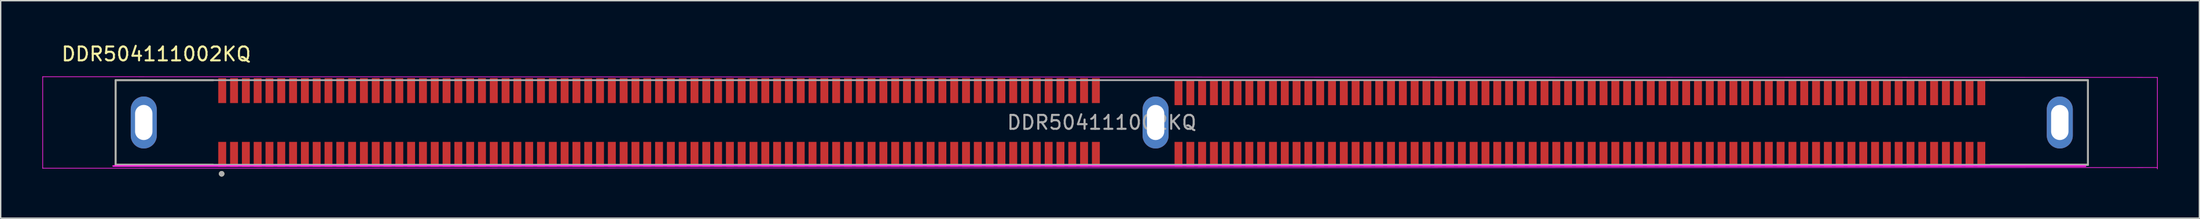
<source format=kicad_pcb>
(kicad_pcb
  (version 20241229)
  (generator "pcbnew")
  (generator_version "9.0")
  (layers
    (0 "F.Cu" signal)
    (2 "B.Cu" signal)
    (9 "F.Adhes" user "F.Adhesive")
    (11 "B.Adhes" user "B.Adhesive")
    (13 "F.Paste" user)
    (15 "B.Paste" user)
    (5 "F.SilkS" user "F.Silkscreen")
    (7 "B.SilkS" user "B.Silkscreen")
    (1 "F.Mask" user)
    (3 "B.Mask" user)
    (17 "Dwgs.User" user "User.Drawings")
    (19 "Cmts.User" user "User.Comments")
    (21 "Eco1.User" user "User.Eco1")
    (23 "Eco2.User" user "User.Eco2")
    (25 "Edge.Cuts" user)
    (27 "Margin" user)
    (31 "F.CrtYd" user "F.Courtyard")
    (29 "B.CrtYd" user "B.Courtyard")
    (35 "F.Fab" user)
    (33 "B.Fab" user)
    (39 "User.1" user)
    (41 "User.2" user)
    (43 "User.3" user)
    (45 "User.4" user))
  (footprint "DDR504111002KQ"
    (layer "F.Cu")
    (at 76.275 5.783)
    (property "Reference" "DDR504111002KQ" (at -68.075 -4.935 0) (layer "F.SilkS") (effects (font (size 1 1) (thickness 0.15))))
    (attr smd)
    (fp_line (start -71 -3.05) (end -63.975 -3.05) (stroke (width 0.127) (type solid)) (layer "F.SilkS"))
    (fp_line (start -71 3.05) (end -71 -3.05) (stroke (width 0.127) (type solid)) (layer "F.SilkS"))
    (fp_line (start -63.975 3.05) (end -71 3.05) (stroke (width 0.127) (type solid)) (layer "F.SilkS"))
    (fp_line (start 63.975 -3.05) (end 71 -3.05) (stroke (width 0.127) (type solid)) (layer "F.SilkS"))
    (fp_line (start 71 -3.05) (end 71 3.05) (stroke (width 0.127) (type solid)) (layer "F.SilkS"))
    (fp_line (start 71 3.05) (end 63.975 3.05) (stroke (width 0.127) (type solid)) (layer "F.SilkS"))
    (fp_circle (center -63.368 3.701) (end -63.268 3.701) (stroke (width 0.2) (type solid)) (fill no) (layer "F.SilkS"))
    (fp_line (start -76.25 -3.3) (end -76.25 3.3) (stroke (width 0.05) (type solid)) (layer "F.CrtYd"))
    (fp_line (start -76.25 3.3) (end 76 3.25) (stroke (width 0.05) (type solid)) (layer "F.CrtYd"))
    (fp_line (start -71.175 3.14) (end 70.825 3.14) (stroke (width 0.12) (type solid)) (layer "F.CrtYd"))
    (fp_line (start 76 -3.25) (end -76.25 -3.3) (stroke (width 0.05) (type solid)) (layer "F.CrtYd"))
    (fp_line (start 76 3.35) (end 76 -3.25) (stroke (width 0.05) (type solid)) (layer "F.CrtYd"))
    (fp_line (start -71 -3.05) (end 71 -3.05) (stroke (width 0.127) (type solid)) (layer "F.Fab"))
    (fp_line (start -71 3.05) (end -71 -3.05) (stroke (width 0.127) (type solid)) (layer "F.Fab"))
    (fp_line (start 71 -3.05) (end 71 3.05) (stroke (width 0.127) (type solid)) (layer "F.Fab"))
    (fp_line (start 71 3.05) (end -71 3.05) (stroke (width 0.127) (type solid)) (layer "F.Fab"))
    (fp_circle (center -63.368 3.701) (end -63.268 3.701) (stroke (width 0.2) (type solid)) (fill no) (layer "F.Fab"))
    (fp_text user "${REFERENCE}" (at 0 0 0) (layer "F.Fab") (effects (font (size 1 1) (thickness 0.15))))
    (pad "1" smd rect (at -63.325 2.3 90) (size 1.8 0.57) (layers "F.Cu" "F.Mask" "F.Paste"))
    (pad "2" smd rect (at -62.475 2.3 90) (size 1.8 0.57) (layers "F.Cu" "F.Mask" "F.Paste"))
    (pad "3" smd rect (at -61.625 2.3 90) (size 1.8 0.57) (layers "F.Cu" "F.Mask" "F.Paste"))
    (pad "4" smd rect (at -60.775 2.3 90) (size 1.8 0.57) (layers "F.Cu" "F.Mask" "F.Paste"))
    (pad "5" smd rect (at -59.925 2.3 90) (size 1.8 0.57) (layers "F.Cu" "F.Mask" "F.Paste"))
    (pad "6" smd rect (at -59.075 2.3 90) (size 1.8 0.57) (layers "F.Cu" "F.Mask" "F.Paste"))
    (pad "7" smd rect (at -58.225 2.3 90) (size 1.8 0.57) (layers "F.Cu" "F.Mask" "F.Paste"))
    (pad "8" smd rect (at -57.375 2.3 90) (size 1.8 0.57) (layers "F.Cu" "F.Mask" "F.Paste"))
    (pad "9" smd rect (at -56.525 2.3 90) (size 1.8 0.57) (layers "F.Cu" "F.Mask" "F.Paste"))
    (pad "10" smd rect (at -55.675 2.3 90) (size 1.8 0.57) (layers "F.Cu" "F.Mask" "F.Paste"))
    (pad "11" smd rect (at -54.825 2.3 90) (size 1.8 0.57) (layers "F.Cu" "F.Mask" "F.Paste"))
    (pad "12" smd rect (at -53.975 2.3 90) (size 1.8 0.57) (layers "F.Cu" "F.Mask" "F.Paste"))
    (pad "13" smd rect (at -53.125 2.3 90) (size 1.8 0.57) (layers "F.Cu" "F.Mask" "F.Paste"))
    (pad "14" smd rect (at -52.275 2.3 90) (size 1.8 0.57) (layers "F.Cu" "F.Mask" "F.Paste"))
    (pad "15" smd rect (at -51.425 2.3 90) (size 1.8 0.57) (layers "F.Cu" "F.Mask" "F.Paste"))
    (pad "16" smd rect (at -50.575 2.3 90) (size 1.8 0.57) (layers "F.Cu" "F.Mask" "F.Paste"))
    (pad "17" smd rect (at -49.725 2.3 90) (size 1.8 0.57) (layers "F.Cu" "F.Mask" "F.Paste"))
    (pad "18" smd rect (at -48.875 2.3 90) (size 1.8 0.57) (layers "F.Cu" "F.Mask" "F.Paste"))
    (pad "19" smd rect (at -48.025 2.3 90) (size 1.8 0.57) (layers "F.Cu" "F.Mask" "F.Paste"))
    (pad "20" smd rect (at -47.175 2.3 90) (size 1.8 0.57) (layers "F.Cu" "F.Mask" "F.Paste"))
    (pad "21" smd rect (at -46.325 2.3 90) (size 1.8 0.57) (layers "F.Cu" "F.Mask" "F.Paste"))
    (pad "22" smd rect (at -45.475 2.3 90) (size 1.8 0.57) (layers "F.Cu" "F.Mask" "F.Paste"))
    (pad "23" smd rect (at -44.625 2.3 90) (size 1.8 0.57) (layers "F.Cu" "F.Mask" "F.Paste"))
    (pad "24" smd rect (at -43.775 2.3 90) (size 1.8 0.57) (layers "F.Cu" "F.Mask" "F.Paste"))
    (pad "25" smd rect (at -42.925 2.3 90) (size 1.8 0.57) (layers "F.Cu" "F.Mask" "F.Paste"))
    (pad "26" smd rect (at -42.075 2.3 90) (size 1.8 0.57) (layers "F.Cu" "F.Mask" "F.Paste"))
    (pad "27" smd rect (at -41.225 2.3 90) (size 1.8 0.57) (layers "F.Cu" "F.Mask" "F.Paste"))
    (pad "28" smd rect (at -40.375 2.3 90) (size 1.8 0.57) (layers "F.Cu" "F.Mask" "F.Paste"))
    (pad "29" smd rect (at -39.525 2.3 90) (size 1.8 0.57) (layers "F.Cu" "F.Mask" "F.Paste"))
    (pad "30" smd rect (at -38.675 2.3 90) (size 1.8 0.57) (layers "F.Cu" "F.Mask" "F.Paste"))
    (pad "31" smd rect (at -37.825 2.3 90) (size 1.8 0.57) (layers "F.Cu" "F.Mask" "F.Paste"))
    (pad "32" smd rect (at -36.975 2.3 90) (size 1.8 0.57) (layers "F.Cu" "F.Mask" "F.Paste"))
    (pad "33" smd rect (at -36.125 2.3 90) (size 1.8 0.57) (layers "F.Cu" "F.Mask" "F.Paste"))
    (pad "34" smd rect (at -35.275 2.3 90) (size 1.8 0.57) (layers "F.Cu" "F.Mask" "F.Paste"))
    (pad "35" smd rect (at -34.425 2.3 90) (size 1.8 0.57) (layers "F.Cu" "F.Mask" "F.Paste"))
    (pad "36" smd rect (at -33.575 2.3 90) (size 1.8 0.57) (layers "F.Cu" "F.Mask" "F.Paste"))
    (pad "37" smd rect (at -32.725 2.3 90) (size 1.8 0.57) (layers "F.Cu" "F.Mask" "F.Paste"))
    (pad "38" smd rect (at -31.875 2.3 90) (size 1.8 0.57) (layers "F.Cu" "F.Mask" "F.Paste"))
    (pad "39" smd rect (at -31.025 2.3 90) (size 1.8 0.57) (layers "F.Cu" "F.Mask" "F.Paste"))
    (pad "40" smd rect (at -30.175 2.3 90) (size 1.8 0.57) (layers "F.Cu" "F.Mask" "F.Paste"))
    (pad "41" smd rect (at -29.325 2.3 90) (size 1.8 0.57) (layers "F.Cu" "F.Mask" "F.Paste"))
    (pad "42" smd rect (at -28.475 2.3 90) (size 1.8 0.57) (layers "F.Cu" "F.Mask" "F.Paste"))
    (pad "43" smd rect (at -27.625 2.3 90) (size 1.8 0.57) (layers "F.Cu" "F.Mask" "F.Paste"))
    (pad "44" smd rect (at -26.775 2.3 90) (size 1.8 0.57) (layers "F.Cu" "F.Mask" "F.Paste"))
    (pad "45" smd rect (at -25.925 2.3 90) (size 1.8 0.57) (layers "F.Cu" "F.Mask" "F.Paste"))
    (pad "46" smd rect (at -25.075 2.3 90) (size 1.8 0.57) (layers "F.Cu" "F.Mask" "F.Paste"))
    (pad "47" smd rect (at -24.225 2.3 90) (size 1.8 0.57) (layers "F.Cu" "F.Mask" "F.Paste"))
    (pad "48" smd rect (at -23.375 2.3 90) (size 1.8 0.57) (layers "F.Cu" "F.Mask" "F.Paste"))
    (pad "49" smd rect (at -22.525 2.3 90) (size 1.8 0.57) (layers "F.Cu" "F.Mask" "F.Paste"))
    (pad "50" smd rect (at -21.675 2.3 90) (size 1.8 0.57) (layers "F.Cu" "F.Mask" "F.Paste"))
    (pad "51" smd rect (at -20.825 2.3 90) (size 1.8 0.57) (layers "F.Cu" "F.Mask" "F.Paste"))
    (pad "52" smd rect (at -19.975 2.3 90) (size 1.8 0.57) (layers "F.Cu" "F.Mask" "F.Paste"))
    (pad "53" smd rect (at -19.125 2.3 90) (size 1.8 0.57) (layers "F.Cu" "F.Mask" "F.Paste"))
    (pad "54" smd rect (at -18.275 2.3 90) (size 1.8 0.57) (layers "F.Cu" "F.Mask" "F.Paste"))
    (pad "55" smd rect (at -17.425 2.3 90) (size 1.8 0.57) (layers "F.Cu" "F.Mask" "F.Paste"))
    (pad "56" smd rect (at -16.575 2.3 90) (size 1.8 0.57) (layers "F.Cu" "F.Mask" "F.Paste"))
    (pad "57" smd rect (at -15.725 2.3 90) (size 1.8 0.57) (layers "F.Cu" "F.Mask" "F.Paste"))
    (pad "58" smd rect (at -14.875 2.3 90) (size 1.8 0.57) (layers "F.Cu" "F.Mask" "F.Paste"))
    (pad "59" smd rect (at -14.025 2.3 90) (size 1.8 0.57) (layers "F.Cu" "F.Mask" "F.Paste"))
    (pad "60" smd rect (at -13.175 2.3 90) (size 1.8 0.57) (layers "F.Cu" "F.Mask" "F.Paste"))
    (pad "61" smd rect (at -12.325 2.3 90) (size 1.8 0.57) (layers "F.Cu" "F.Mask" "F.Paste"))
    (pad "62" smd rect (at -11.475 2.3 90) (size 1.8 0.57) (layers "F.Cu" "F.Mask" "F.Paste"))
    (pad "63" smd rect (at -10.625 2.3 90) (size 1.8 0.57) (layers "F.Cu" "F.Mask" "F.Paste"))
    (pad "64" smd rect (at -9.775 2.3 90) (size 1.8 0.57) (layers "F.Cu" "F.Mask" "F.Paste"))
    (pad "65" smd rect (at -8.925 2.3 90) (size 1.8 0.57) (layers "F.Cu" "F.Mask" "F.Paste"))
    (pad "66" smd rect (at -8.075 2.3 90) (size 1.8 0.57) (layers "F.Cu" "F.Mask" "F.Paste"))
    (pad "67" smd rect (at -7.225 2.3 90) (size 1.8 0.57) (layers "F.Cu" "F.Mask" "F.Paste"))
    (pad "68" smd rect (at -6.375 2.3 90) (size 1.8 0.57) (layers "F.Cu" "F.Mask" "F.Paste"))
    (pad "69" smd rect (at -5.525 2.3 90) (size 1.8 0.57) (layers "F.Cu" "F.Mask" "F.Paste"))
    (pad "70" smd rect (at -4.675 2.3 90) (size 1.8 0.57) (layers "F.Cu" "F.Mask" "F.Paste"))
    (pad "71" smd rect (at -3.825 2.3 90) (size 1.8 0.57) (layers "F.Cu" "F.Mask" "F.Paste"))
    (pad "72" smd rect (at -2.975 2.3 90) (size 1.8 0.57) (layers "F.Cu" "F.Mask" "F.Paste"))
    (pad "73" smd rect (at -2.125 2.3 90) (size 1.8 0.57) (layers "F.Cu" "F.Mask" "F.Paste"))
    (pad "74" smd rect (at -1.275 2.3 90) (size 1.8 0.57) (layers "F.Cu" "F.Mask" "F.Paste"))
    (pad "75" smd rect (at -0.425 2.3 90) (size 1.8 0.57) (layers "F.Cu" "F.Mask" "F.Paste"))
    (pad "76" smd rect (at 5.525 2.3 90) (size 1.8 0.57) (layers "F.Cu" "F.Mask" "F.Paste"))
    (pad "77" smd rect (at 6.375 2.3 90) (size 1.8 0.57) (layers "F.Cu" "F.Mask" "F.Paste"))
    (pad "78" smd rect (at 7.225 2.3 90) (size 1.8 0.57) (layers "F.Cu" "F.Mask" "F.Paste"))
    (pad "79" smd rect (at 8.075 2.3 90) (size 1.8 0.57) (layers "F.Cu" "F.Mask" "F.Paste"))
    (pad "80" smd rect (at 8.925 2.3 90) (size 1.8 0.57) (layers "F.Cu" "F.Mask" "F.Paste"))
    (pad "81" smd rect (at 9.775 2.3 90) (size 1.8 0.57) (layers "F.Cu" "F.Mask" "F.Paste"))
    (pad "82" smd rect (at 10.625 2.3 90) (size 1.8 0.57) (layers "F.Cu" "F.Mask" "F.Paste"))
    (pad "83" smd rect (at 11.475 2.3 90) (size 1.8 0.57) (layers "F.Cu" "F.Mask" "F.Paste"))
    (pad "84" smd rect (at 12.325 2.3 90) (size 1.8 0.57) (layers "F.Cu" "F.Mask" "F.Paste"))
    (pad "85" smd rect (at 13.175 2.3 90) (size 1.8 0.57) (layers "F.Cu" "F.Mask" "F.Paste"))
    (pad "86" smd rect (at 14.025 2.3 90) (size 1.8 0.57) (layers "F.Cu" "F.Mask" "F.Paste"))
    (pad "87" smd rect (at 14.875 2.3 90) (size 1.8 0.57) (layers "F.Cu" "F.Mask" "F.Paste"))
    (pad "88" smd rect (at 15.725 2.3 90) (size 1.8 0.57) (layers "F.Cu" "F.Mask" "F.Paste"))
    (pad "89" smd rect (at 16.575 2.3 90) (size 1.8 0.57) (layers "F.Cu" "F.Mask" "F.Paste"))
    (pad "90" smd rect (at 17.425 2.3 90) (size 1.8 0.57) (layers "F.Cu" "F.Mask" "F.Paste"))
    (pad "91" smd rect (at 18.275 2.3 90) (size 1.8 0.57) (layers "F.Cu" "F.Mask" "F.Paste"))
    (pad "92" smd rect (at 19.125 2.3 90) (size 1.8 0.57) (layers "F.Cu" "F.Mask" "F.Paste"))
    (pad "93" smd rect (at 19.975 2.3 90) (size 1.8 0.57) (layers "F.Cu" "F.Mask" "F.Paste"))
    (pad "94" smd rect (at 20.825 2.3 90) (size 1.8 0.57) (layers "F.Cu" "F.Mask" "F.Paste"))
    (pad "95" smd rect (at 21.675 2.3 90) (size 1.8 0.57) (layers "F.Cu" "F.Mask" "F.Paste"))
    (pad "96" smd rect (at 22.525 2.3 90) (size 1.8 0.57) (layers "F.Cu" "F.Mask" "F.Paste"))
    (pad "97" smd rect (at 23.375 2.3 90) (size 1.8 0.57) (layers "F.Cu" "F.Mask" "F.Paste"))
    (pad "98" smd rect (at 24.225 2.3 90) (size 1.8 0.57) (layers "F.Cu" "F.Mask" "F.Paste"))
    (pad "99" smd rect (at 25.075 2.3 90) (size 1.8 0.57) (layers "F.Cu" "F.Mask" "F.Paste"))
    (pad "100" smd rect (at 25.925 2.3 90) (size 1.8 0.57) (layers "F.Cu" "F.Mask" "F.Paste"))
    (pad "101" smd rect (at 26.775 2.3 90) (size 1.8 0.57) (layers "F.Cu" "F.Mask" "F.Paste"))
    (pad "102" smd rect (at 27.625 2.3 90) (size 1.8 0.57) (layers "F.Cu" "F.Mask" "F.Paste"))
    (pad "103" smd rect (at 28.475 2.3 90) (size 1.8 0.57) (layers "F.Cu" "F.Mask" "F.Paste"))
    (pad "104" smd rect (at 29.325 2.3 90) (size 1.8 0.57) (layers "F.Cu" "F.Mask" "F.Paste"))
    (pad "105" smd rect (at 30.175 2.3 90) (size 1.8 0.57) (layers "F.Cu" "F.Mask" "F.Paste"))
    (pad "106" smd rect (at 31.025 2.3 90) (size 1.8 0.57) (layers "F.Cu" "F.Mask" "F.Paste"))
    (pad "107" smd rect (at 31.875 2.3 90) (size 1.8 0.57) (layers "F.Cu" "F.Mask" "F.Paste"))
    (pad "108" smd rect (at 32.725 2.3 90) (size 1.8 0.57) (layers "F.Cu" "F.Mask" "F.Paste"))
    (pad "109" smd rect (at 33.575 2.3 90) (size 1.8 0.57) (layers "F.Cu" "F.Mask" "F.Paste"))
    (pad "110" smd rect (at 34.425 2.3 90) (size 1.8 0.57) (layers "F.Cu" "F.Mask" "F.Paste"))
    (pad "111" smd rect (at 35.275 2.3 90) (size 1.8 0.57) (layers "F.Cu" "F.Mask" "F.Paste"))
    (pad "112" smd rect (at 36.125 2.3 90) (size 1.8 0.57) (layers "F.Cu" "F.Mask" "F.Paste"))
    (pad "113" smd rect (at 36.975 2.3 90) (size 1.8 0.57) (layers "F.Cu" "F.Mask" "F.Paste"))
    (pad "114" smd rect (at 37.825 2.3 90) (size 1.8 0.57) (layers "F.Cu" "F.Mask" "F.Paste"))
    (pad "115" smd rect (at 38.675 2.3 90) (size 1.8 0.57) (layers "F.Cu" "F.Mask" "F.Paste"))
    (pad "116" smd rect (at 39.525 2.3 90) (size 1.8 0.57) (layers "F.Cu" "F.Mask" "F.Paste"))
    (pad "117" smd rect (at 40.375 2.3 90) (size 1.8 0.57) (layers "F.Cu" "F.Mask" "F.Paste"))
    (pad "118" smd rect (at 41.225 2.3 90) (size 1.8 0.57) (layers "F.Cu" "F.Mask" "F.Paste"))
    (pad "119" smd rect (at 42.075 2.3 90) (size 1.8 0.57) (layers "F.Cu" "F.Mask" "F.Paste"))
    (pad "120" smd rect (at 42.925 2.3 90) (size 1.8 0.57) (layers "F.Cu" "F.Mask" "F.Paste"))
    (pad "121" smd rect (at 43.775 2.3 90) (size 1.8 0.57) (layers "F.Cu" "F.Mask" "F.Paste"))
    (pad "122" smd rect (at 44.625 2.3 90) (size 1.8 0.57) (layers "F.Cu" "F.Mask" "F.Paste"))
    (pad "123" smd rect (at 45.475 2.3 90) (size 1.8 0.57) (layers "F.Cu" "F.Mask" "F.Paste"))
    (pad "124" smd rect (at 46.325 2.3 90) (size 1.8 0.57) (layers "F.Cu" "F.Mask" "F.Paste"))
    (pad "125" smd rect (at 47.175 2.3 90) (size 1.8 0.57) (layers "F.Cu" "F.Mask" "F.Paste"))
    (pad "126" smd rect (at 48.025 2.3 90) (size 1.8 0.57) (layers "F.Cu" "F.Mask" "F.Paste"))
    (pad "127" smd rect (at 48.875 2.3 90) (size 1.8 0.57) (layers "F.Cu" "F.Mask" "F.Paste"))
    (pad "128" smd rect (at 49.725 2.3 90) (size 1.8 0.57) (layers "F.Cu" "F.Mask" "F.Paste"))
    (pad "129" smd rect (at 50.575 2.3 90) (size 1.8 0.57) (layers "F.Cu" "F.Mask" "F.Paste"))
    (pad "130" smd rect (at 51.425 2.3 90) (size 1.8 0.57) (layers "F.Cu" "F.Mask" "F.Paste"))
    (pad "131" smd rect (at 52.275 2.3 90) (size 1.8 0.57) (layers "F.Cu" "F.Mask" "F.Paste"))
    (pad "132" smd rect (at 53.125 2.3 90) (size 1.8 0.57) (layers "F.Cu" "F.Mask" "F.Paste"))
    (pad "133" smd rect (at 53.975 2.3 90) (size 1.8 0.57) (layers "F.Cu" "F.Mask" "F.Paste"))
    (pad "134" smd rect (at 54.825 2.3 90) (size 1.8 0.57) (layers "F.Cu" "F.Mask" "F.Paste"))
    (pad "135" smd rect (at 55.675 2.3 90) (size 1.8 0.57) (layers "F.Cu" "F.Mask" "F.Paste"))
    (pad "136" smd rect (at 56.525 2.3 90) (size 1.8 0.57) (layers "F.Cu" "F.Mask" "F.Paste"))
    (pad "137" smd rect (at 57.375 2.3 90) (size 1.8 0.57) (layers "F.Cu" "F.Mask" "F.Paste"))
    (pad "138" smd rect (at 58.225 2.3 90) (size 1.8 0.57) (layers "F.Cu" "F.Mask" "F.Paste"))
    (pad "139" smd rect (at 59.075 2.3 90) (size 1.8 0.57) (layers "F.Cu" "F.Mask" "F.Paste"))
    (pad "140" smd rect (at 59.925 2.3 90) (size 1.8 0.57) (layers "F.Cu" "F.Mask" "F.Paste"))
    (pad "141" smd rect (at 60.775 2.3 90) (size 1.8 0.57) (layers "F.Cu" "F.Mask" "F.Paste"))
    (pad "142" smd rect (at 61.625 2.3 90) (size 1.8 0.57) (layers "F.Cu" "F.Mask" "F.Paste"))
    (pad "143" smd rect (at 62.475 2.3 90) (size 1.8 0.57) (layers "F.Cu" "F.Mask" "F.Paste"))
    (pad "144" smd rect (at 63.325 2.3 90) (size 1.8 0.57) (layers "F.Cu" "F.Mask" "F.Paste"))
    (pad "145" smd rect (at -63.325 -2.3 90) (size 1.8 0.57) (layers "F.Cu" "F.Mask" "F.Paste"))
    (pad "146" smd rect (at -62.475 -2.3 90) (size 1.8 0.57) (layers "F.Cu" "F.Mask" "F.Paste"))
    (pad "147" smd rect (at -61.625 -2.3 90) (size 1.8 0.57) (layers "F.Cu" "F.Mask" "F.Paste"))
    (pad "148" smd rect (at -60.775 -2.3 90) (size 1.8 0.57) (layers "F.Cu" "F.Mask" "F.Paste"))
    (pad "149" smd rect (at -59.925 -2.3 90) (size 1.8 0.57) (layers "F.Cu" "F.Mask" "F.Paste"))
    (pad "150" smd rect (at -59.075 -2.3 90) (size 1.8 0.57) (layers "F.Cu" "F.Mask" "F.Paste"))
    (pad "151" smd rect (at -58.225 -2.3 90) (size 1.8 0.57) (layers "F.Cu" "F.Mask" "F.Paste"))
    (pad "152" smd rect (at -57.375 -2.3 90) (size 1.8 0.57) (layers "F.Cu" "F.Mask" "F.Paste"))
    (pad "153" smd rect (at -56.525 -2.3 90) (size 1.8 0.57) (layers "F.Cu" "F.Mask" "F.Paste"))
    (pad "154" smd rect (at -55.675 -2.3 90) (size 1.8 0.57) (layers "F.Cu" "F.Mask" "F.Paste"))
    (pad "155" smd rect (at -54.825 -2.3 90) (size 1.8 0.57) (layers "F.Cu" "F.Mask" "F.Paste"))
    (pad "156" smd rect (at -53.975 -2.3 90) (size 1.8 0.57) (layers "F.Cu" "F.Mask" "F.Paste"))
    (pad "157" smd rect (at -53.125 -2.3 90) (size 1.8 0.57) (layers "F.Cu" "F.Mask" "F.Paste"))
    (pad "158" smd rect (at -52.275 -2.3 90) (size 1.8 0.57) (layers "F.Cu" "F.Mask" "F.Paste"))
    (pad "159" smd rect (at -51.425 -2.3 90) (size 1.8 0.57) (layers "F.Cu" "F.Mask" "F.Paste"))
    (pad "160" smd rect (at -50.575 -2.3 90) (size 1.8 0.57) (layers "F.Cu" "F.Mask" "F.Paste"))
    (pad "161" smd rect (at -49.725 -2.3 90) (size 1.8 0.57) (layers "F.Cu" "F.Mask" "F.Paste"))
    (pad "162" smd rect (at -48.875 -2.3 90) (size 1.8 0.57) (layers "F.Cu" "F.Mask" "F.Paste"))
    (pad "163" smd rect (at -48.025 -2.3 90) (size 1.8 0.57) (layers "F.Cu" "F.Mask" "F.Paste"))
    (pad "164" smd rect (at -47.175 -2.3 90) (size 1.8 0.57) (layers "F.Cu" "F.Mask" "F.Paste"))
    (pad "165" smd rect (at -46.325 -2.3 90) (size 1.8 0.57) (layers "F.Cu" "F.Mask" "F.Paste"))
    (pad "166" smd rect (at -45.475 -2.3 90) (size 1.8 0.57) (layers "F.Cu" "F.Mask" "F.Paste"))
    (pad "167" smd rect (at -44.625 -2.3 90) (size 1.8 0.57) (layers "F.Cu" "F.Mask" "F.Paste"))
    (pad "168" smd rect (at -43.775 -2.3 90) (size 1.8 0.57) (layers "F.Cu" "F.Mask" "F.Paste"))
    (pad "169" smd rect (at -42.925 -2.3 90) (size 1.8 0.57) (layers "F.Cu" "F.Mask" "F.Paste"))
    (pad "170" smd rect (at -42.075 -2.3 90) (size 1.8 0.57) (layers "F.Cu" "F.Mask" "F.Paste"))
    (pad "171" smd rect (at -41.225 -2.3 90) (size 1.8 0.57) (layers "F.Cu" "F.Mask" "F.Paste"))
    (pad "172" smd rect (at -40.375 -2.3 90) (size 1.8 0.57) (layers "F.Cu" "F.Mask" "F.Paste"))
    (pad "173" smd rect (at -39.525 -2.3 90) (size 1.8 0.57) (layers "F.Cu" "F.Mask" "F.Paste"))
    (pad "174" smd rect (at -38.675 -2.3 90) (size 1.8 0.57) (layers "F.Cu" "F.Mask" "F.Paste"))
    (pad "175" smd rect (at -37.825 -2.3 90) (size 1.8 0.57) (layers "F.Cu" "F.Mask" "F.Paste"))
    (pad "176" smd rect (at -36.975 -2.3 90) (size 1.8 0.57) (layers "F.Cu" "F.Mask" "F.Paste"))
    (pad "177" smd rect (at -36.125 -2.3 90) (size 1.8 0.57) (layers "F.Cu" "F.Mask" "F.Paste"))
    (pad "178" smd rect (at -35.275 -2.3 90) (size 1.8 0.57) (layers "F.Cu" "F.Mask" "F.Paste"))
    (pad "179" smd rect (at -34.425 -2.3 90) (size 1.8 0.57) (layers "F.Cu" "F.Mask" "F.Paste"))
    (pad "180" smd rect (at -33.575 -2.3 90) (size 1.8 0.57) (layers "F.Cu" "F.Mask" "F.Paste"))
    (pad "181" smd rect (at -32.725 -2.3 90) (size 1.8 0.57) (layers "F.Cu" "F.Mask" "F.Paste"))
    (pad "182" smd rect (at -31.875 -2.3 90) (size 1.8 0.57) (layers "F.Cu" "F.Mask" "F.Paste"))
    (pad "183" smd rect (at -31.025 -2.3 90) (size 1.8 0.57) (layers "F.Cu" "F.Mask" "F.Paste"))
    (pad "184" smd rect (at -30.175 -2.3 90) (size 1.8 0.57) (layers "F.Cu" "F.Mask" "F.Paste"))
    (pad "185" smd rect (at -29.325 -2.3 90) (size 1.8 0.57) (layers "F.Cu" "F.Mask" "F.Paste"))
    (pad "186" smd rect (at -28.475 -2.3 90) (size 1.8 0.57) (layers "F.Cu" "F.Mask" "F.Paste"))
    (pad "187" smd rect (at -27.625 -2.3 90) (size 1.8 0.57) (layers "F.Cu" "F.Mask" "F.Paste"))
    (pad "188" smd rect (at -26.775 -2.3 90) (size 1.8 0.57) (layers "F.Cu" "F.Mask" "F.Paste"))
    (pad "189" smd rect (at -25.925 -2.3 90) (size 1.8 0.57) (layers "F.Cu" "F.Mask" "F.Paste"))
    (pad "190" smd rect (at -25.075 -2.3 90) (size 1.8 0.57) (layers "F.Cu" "F.Mask" "F.Paste"))
    (pad "191" smd rect (at -24.225 -2.3 90) (size 1.8 0.57) (layers "F.Cu" "F.Mask" "F.Paste"))
    (pad "192" smd rect (at -23.375 -2.3 90) (size 1.8 0.57) (layers "F.Cu" "F.Mask" "F.Paste"))
    (pad "193" smd rect (at -22.525 -2.3 90) (size 1.8 0.57) (layers "F.Cu" "F.Mask" "F.Paste"))
    (pad "194" smd rect (at -21.675 -2.3 90) (size 1.8 0.57) (layers "F.Cu" "F.Mask" "F.Paste"))
    (pad "195" smd rect (at -20.825 -2.3 90) (size 1.8 0.57) (layers "F.Cu" "F.Mask" "F.Paste"))
    (pad "196" smd rect (at -19.975 -2.3 90) (size 1.8 0.57) (layers "F.Cu" "F.Mask" "F.Paste"))
    (pad "197" smd rect (at -19.125 -2.3 90) (size 1.8 0.57) (layers "F.Cu" "F.Mask" "F.Paste"))
    (pad "198" smd rect (at -18.275 -2.3 90) (size 1.8 0.57) (layers "F.Cu" "F.Mask" "F.Paste"))
    (pad "199" smd rect (at -17.425 -2.3 90) (size 1.8 0.57) (layers "F.Cu" "F.Mask" "F.Paste"))
    (pad "200" smd rect (at -16.575 -2.3 90) (size 1.8 0.57) (layers "F.Cu" "F.Mask" "F.Paste"))
    (pad "201" smd rect (at -15.725 -2.3 90) (size 1.8 0.57) (layers "F.Cu" "F.Mask" "F.Paste"))
    (pad "202" smd rect (at -14.875 -2.3 90) (size 1.8 0.57) (layers "F.Cu" "F.Mask" "F.Paste"))
    (pad "203" smd rect (at -14.025 -2.3 90) (size 1.8 0.57) (layers "F.Cu" "F.Mask" "F.Paste"))
    (pad "204" smd rect (at -13.175 -2.3 90) (size 1.8 0.57) (layers "F.Cu" "F.Mask" "F.Paste"))
    (pad "205" smd rect (at -12.325 -2.3 90) (size 1.8 0.57) (layers "F.Cu" "F.Mask" "F.Paste"))
    (pad "206" smd rect (at -11.475 -2.3 90) (size 1.8 0.57) (layers "F.Cu" "F.Mask" "F.Paste"))
    (pad "207" smd rect (at -10.625 -2.3 90) (size 1.8 0.57) (layers "F.Cu" "F.Mask" "F.Paste"))
    (pad "208" smd rect (at -9.775 -2.3 90) (size 1.8 0.57) (layers "F.Cu" "F.Mask" "F.Paste"))
    (pad "209" smd rect (at -8.925 -2.3 90) (size 1.8 0.57) (layers "F.Cu" "F.Mask" "F.Paste"))
    (pad "210" smd rect (at -8.075 -2.3 90) (size 1.8 0.57) (layers "F.Cu" "F.Mask" "F.Paste"))
    (pad "211" smd rect (at -7.225 -2.3 90) (size 1.8 0.57) (layers "F.Cu" "F.Mask" "F.Paste"))
    (pad "212" smd rect (at -6.375 -2.3 90) (size 1.8 0.57) (layers "F.Cu" "F.Mask" "F.Paste"))
    (pad "213" smd rect (at -5.525 -2.3 90) (size 1.8 0.57) (layers "F.Cu" "F.Mask" "F.Paste"))
    (pad "214" smd rect (at -4.675 -2.3 90) (size 1.8 0.57) (layers "F.Cu" "F.Mask" "F.Paste"))
    (pad "215" smd rect (at -3.825 -2.3 90) (size 1.8 0.57) (layers "F.Cu" "F.Mask" "F.Paste"))
    (pad "216" smd rect (at -2.975 -2.3 90) (size 1.8 0.57) (layers "F.Cu" "F.Mask" "F.Paste"))
    (pad "217" smd rect (at -2.125 -2.3 90) (size 1.8 0.57) (layers "F.Cu" "F.Mask" "F.Paste"))
    (pad "218" smd rect (at -1.275 -2.3 90) (size 1.8 0.57) (layers "F.Cu" "F.Mask" "F.Paste"))
    (pad "219" smd rect (at -0.425 -2.3 90) (size 1.8 0.57) (layers "F.Cu" "F.Mask" "F.Paste"))
    (pad "220" smd rect (at 5.525 -2.15 90) (size 1.8 0.57) (layers "F.Cu" "F.Mask" "F.Paste"))
    (pad "221" smd rect (at 6.375 -2.15 90) (size 1.8 0.57) (layers "F.Cu" "F.Mask" "F.Paste"))
    (pad "222" smd rect (at 7.225 -2.15 90) (size 1.8 0.57) (layers "F.Cu" "F.Mask" "F.Paste"))
    (pad "223" smd rect (at 8.075 -2.15 90) (size 1.8 0.57) (layers "F.Cu" "F.Mask" "F.Paste"))
    (pad "224" smd rect (at 8.925 -2.15 90) (size 1.8 0.57) (layers "F.Cu" "F.Mask" "F.Paste"))
    (pad "225" smd rect (at 9.775 -2.15 90) (size 1.8 0.57) (layers "F.Cu" "F.Mask" "F.Paste"))
    (pad "226" smd rect (at 10.625 -2.15 90) (size 1.8 0.57) (layers "F.Cu" "F.Mask" "F.Paste"))
    (pad "227" smd rect (at 11.475 -2.15 90) (size 1.8 0.57) (layers "F.Cu" "F.Mask" "F.Paste"))
    (pad "228" smd rect (at 12.325 -2.15 90) (size 1.8 0.57) (layers "F.Cu" "F.Mask" "F.Paste"))
    (pad "229" smd rect (at 13.175 -2.15 90) (size 1.8 0.57) (layers "F.Cu" "F.Mask" "F.Paste"))
    (pad "230" smd rect (at 14.025 -2.15 90) (size 1.8 0.57) (layers "F.Cu" "F.Mask" "F.Paste"))
    (pad "231" smd rect (at 14.875 -2.15 90) (size 1.8 0.57) (layers "F.Cu" "F.Mask" "F.Paste"))
    (pad "232" smd rect (at 15.725 -2.15 90) (size 1.8 0.57) (layers "F.Cu" "F.Mask" "F.Paste"))
    (pad "233" smd rect (at 16.575 -2.15 90) (size 1.8 0.57) (layers "F.Cu" "F.Mask" "F.Paste"))
    (pad "234" smd rect (at 17.425 -2.15 90) (size 1.8 0.57) (layers "F.Cu" "F.Mask" "F.Paste"))
    (pad "235" smd rect (at 18.275 -2.15 90) (size 1.8 0.57) (layers "F.Cu" "F.Mask" "F.Paste"))
    (pad "236" smd rect (at 19.125 -2.15 90) (size 1.8 0.57) (layers "F.Cu" "F.Mask" "F.Paste"))
    (pad "237" smd rect (at 19.975 -2.15 90) (size 1.8 0.57) (layers "F.Cu" "F.Mask" "F.Paste"))
    (pad "238" smd rect (at 20.825 -2.15 90) (size 1.8 0.57) (layers "F.Cu" "F.Mask" "F.Paste"))
    (pad "239" smd rect (at 21.675 -2.15 90) (size 1.8 0.57) (layers "F.Cu" "F.Mask" "F.Paste"))
    (pad "240" smd rect (at 22.525 -2.15 90) (size 1.8 0.57) (layers "F.Cu" "F.Mask" "F.Paste"))
    (pad "241" smd rect (at 23.375 -2.15 90) (size 1.8 0.57) (layers "F.Cu" "F.Mask" "F.Paste"))
    (pad "242" smd rect (at 24.225 -2.15 90) (size 1.8 0.57) (layers "F.Cu" "F.Mask" "F.Paste"))
    (pad "243" smd rect (at 25.075 -2.15 90) (size 1.8 0.57) (layers "F.Cu" "F.Mask" "F.Paste"))
    (pad "244" smd rect (at 25.925 -2.15 90) (size 1.8 0.57) (layers "F.Cu" "F.Mask" "F.Paste"))
    (pad "245" smd rect (at 26.775 -2.15 90) (size 1.8 0.57) (layers "F.Cu" "F.Mask" "F.Paste"))
    (pad "246" smd rect (at 27.625 -2.15 90) (size 1.8 0.57) (layers "F.Cu" "F.Mask" "F.Paste"))
    (pad "247" smd rect (at 28.475 -2.15 90) (size 1.8 0.57) (layers "F.Cu" "F.Mask" "F.Paste"))
    (pad "248" smd rect (at 29.325 -2.15 90) (size 1.8 0.57) (layers "F.Cu" "F.Mask" "F.Paste"))
    (pad "249" smd rect (at 30.175 -2.15 90) (size 1.8 0.57) (layers "F.Cu" "F.Mask" "F.Paste"))
    (pad "250" smd rect (at 31.025 -2.15 90) (size 1.8 0.57) (layers "F.Cu" "F.Mask" "F.Paste"))
    (pad "251" smd rect (at 31.875 -2.15 90) (size 1.8 0.57) (layers "F.Cu" "F.Mask" "F.Paste"))
    (pad "252" smd rect (at 32.725 -2.15 90) (size 1.8 0.57) (layers "F.Cu" "F.Mask" "F.Paste"))
    (pad "253" smd rect (at 33.575 -2.15 90) (size 1.8 0.57) (layers "F.Cu" "F.Mask" "F.Paste"))
    (pad "254" smd rect (at 34.425 -2.15 90) (size 1.8 0.57) (layers "F.Cu" "F.Mask" "F.Paste"))
    (pad "255" smd rect (at 35.275 -2.15 90) (size 1.8 0.57) (layers "F.Cu" "F.Mask" "F.Paste"))
    (pad "256" smd rect (at 36.125 -2.15 90) (size 1.8 0.57) (layers "F.Cu" "F.Mask" "F.Paste"))
    (pad "257" smd rect (at 36.975 -2.15 90) (size 1.8 0.57) (layers "F.Cu" "F.Mask" "F.Paste"))
    (pad "258" smd rect (at 37.825 -2.15 90) (size 1.8 0.57) (layers "F.Cu" "F.Mask" "F.Paste"))
    (pad "259" smd rect (at 38.675 -2.15 90) (size 1.8 0.57) (layers "F.Cu" "F.Mask" "F.Paste"))
    (pad "260" smd rect (at 39.525 -2.15 90) (size 1.8 0.57) (layers "F.Cu" "F.Mask" "F.Paste"))
    (pad "261" smd rect (at 40.375 -2.15 90) (size 1.8 0.57) (layers "F.Cu" "F.Mask" "F.Paste"))
    (pad "262" smd rect (at 41.225 -2.15 90) (size 1.8 0.57) (layers "F.Cu" "F.Mask" "F.Paste"))
    (pad "263" smd rect (at 42.075 -2.15 90) (size 1.8 0.57) (layers "F.Cu" "F.Mask" "F.Paste"))
    (pad "264" smd rect (at 42.925 -2.15 90) (size 1.8 0.57) (layers "F.Cu" "F.Mask" "F.Paste"))
    (pad "265" smd rect (at 43.775 -2.15 90) (size 1.8 0.57) (layers "F.Cu" "F.Mask" "F.Paste"))
    (pad "266" smd rect (at 44.625 -2.15 90) (size 1.8 0.57) (layers "F.Cu" "F.Mask" "F.Paste"))
    (pad "267" smd rect (at 45.475 -2.15 90) (size 1.8 0.57) (layers "F.Cu" "F.Mask" "F.Paste"))
    (pad "268" smd rect (at 46.325 -2.15 90) (size 1.8 0.57) (layers "F.Cu" "F.Mask" "F.Paste"))
    (pad "269" smd rect (at 47.175 -2.15 90) (size 1.8 0.57) (layers "F.Cu" "F.Mask" "F.Paste"))
    (pad "270" smd rect (at 48.025 -2.15 90) (size 1.8 0.57) (layers "F.Cu" "F.Mask" "F.Paste"))
    (pad "271" smd rect (at 48.875 -2.15 90) (size 1.8 0.57) (layers "F.Cu" "F.Mask" "F.Paste"))
    (pad "272" smd rect (at 49.725 -2.15 90) (size 1.8 0.57) (layers "F.Cu" "F.Mask" "F.Paste"))
    (pad "273" smd rect (at 50.575 -2.15 90) (size 1.8 0.57) (layers "F.Cu" "F.Mask" "F.Paste"))
    (pad "274" smd rect (at 51.425 -2.15 90) (size 1.8 0.57) (layers "F.Cu" "F.Mask" "F.Paste"))
    (pad "275" smd rect (at 52.275 -2.15 90) (size 1.8 0.57) (layers "F.Cu" "F.Mask" "F.Paste"))
    (pad "276" smd rect (at 53.125 -2.15 90) (size 1.8 0.57) (layers "F.Cu" "F.Mask" "F.Paste"))
    (pad "277" smd rect (at 53.975 -2.15 90) (size 1.8 0.57) (layers "F.Cu" "F.Mask" "F.Paste"))
    (pad "278" smd rect (at 54.825 -2.15 90) (size 1.8 0.57) (layers "F.Cu" "F.Mask" "F.Paste"))
    (pad "279" smd rect (at 55.675 -2.15 90) (size 1.8 0.57) (layers "F.Cu" "F.Mask" "F.Paste"))
    (pad "280" smd rect (at 56.525 -2.15 90) (size 1.8 0.57) (layers "F.Cu" "F.Mask" "F.Paste"))
    (pad "281" smd rect (at 57.375 -2.15 90) (size 1.8 0.57) (layers "F.Cu" "F.Mask" "F.Paste"))
    (pad "282" smd rect (at 58.225 -2.15 90) (size 1.8 0.57) (layers "F.Cu" "F.Mask" "F.Paste"))
    (pad "283" smd rect (at 59.075 -2.15 90) (size 1.8 0.57) (layers "F.Cu" "F.Mask" "F.Paste"))
    (pad "284" smd rect (at 59.925 -2.15 90) (size 1.8 0.57) (layers "F.Cu" "F.Mask" "F.Paste"))
    (pad "285" smd rect (at 60.775 -2.15 90) (size 1.8 0.57) (layers "F.Cu" "F.Mask" "F.Paste"))
    (pad "286" smd rect (at 61.625 -2.15 90) (size 1.8 0.57) (layers "F.Cu" "F.Mask" "F.Paste"))
    (pad "287" smd rect (at 62.475 -2.15 90) (size 1.8 0.57) (layers "F.Cu" "F.Mask" "F.Paste"))
    (pad "288" smd rect (at 63.325 -2.15 90) (size 1.8 0.57) (layers "F.Cu" "F.Mask" "F.Paste"))
    (pad "S1" thru_hole oval (at -68.975 0) (size 1.875 3.75) (drill oval 1.25 2.53) (layers "*.Cu" "*.Mask"))
    (pad "S2" thru_hole oval (at 3.875 0) (size 1.875 3.75) (drill oval 1.25 2.53) (layers "*.Cu" "*.Mask"))
    (pad "S3" thru_hole oval (at 68.975 0) (size 1.875 3.75) (drill oval 1.25 2.53) (layers "*.Cu" "*.Mask")))
  (gr_rect
    (start -3 -3)
    (end 155.3 12.684)
    (stroke (width 0.1) (type default))
    (fill no)
    (layer "Edge.Cuts")))
</source>
